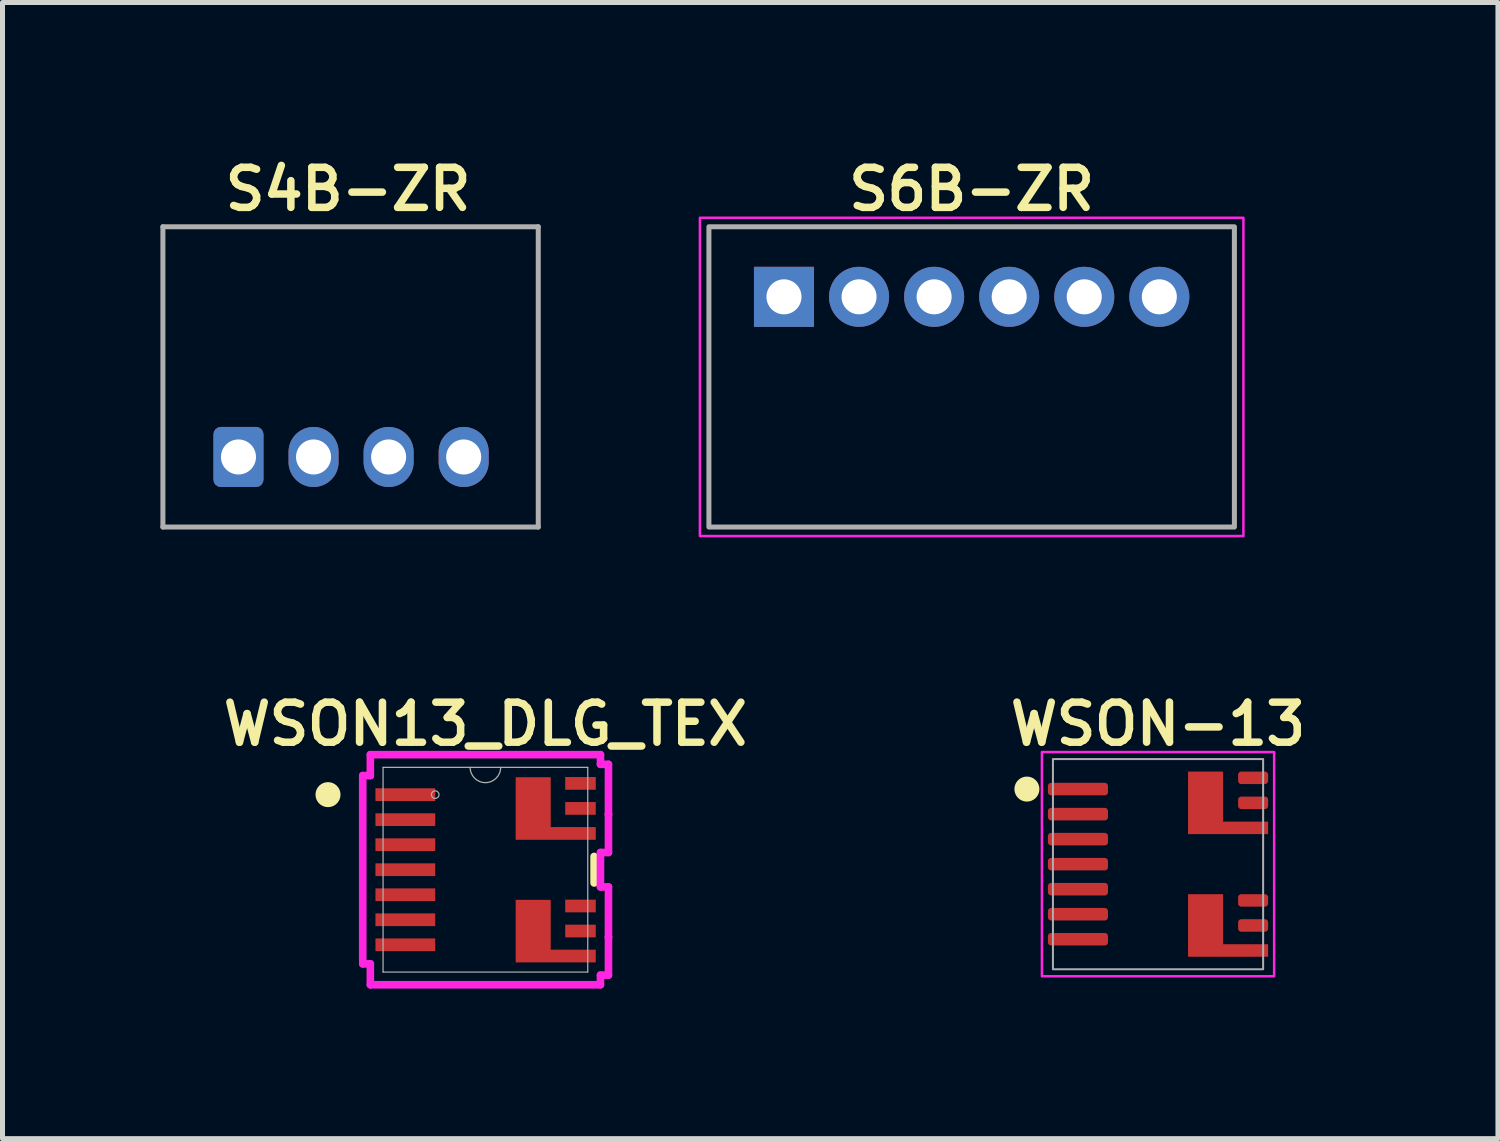
<source format=kicad_pcb>
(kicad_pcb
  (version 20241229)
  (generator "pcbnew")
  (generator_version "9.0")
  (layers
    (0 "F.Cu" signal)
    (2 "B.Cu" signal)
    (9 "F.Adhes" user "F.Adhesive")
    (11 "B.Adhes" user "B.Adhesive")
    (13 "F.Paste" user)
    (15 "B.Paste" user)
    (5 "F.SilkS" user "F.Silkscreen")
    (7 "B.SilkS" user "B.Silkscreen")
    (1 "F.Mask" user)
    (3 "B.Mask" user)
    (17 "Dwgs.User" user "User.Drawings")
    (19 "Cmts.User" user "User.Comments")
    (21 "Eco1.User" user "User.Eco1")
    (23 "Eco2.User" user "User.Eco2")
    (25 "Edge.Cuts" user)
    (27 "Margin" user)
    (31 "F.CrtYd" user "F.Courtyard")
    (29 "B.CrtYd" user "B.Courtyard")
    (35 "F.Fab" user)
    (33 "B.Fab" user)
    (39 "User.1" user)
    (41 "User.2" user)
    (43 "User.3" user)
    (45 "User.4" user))
  (footprint "WSON-13"
    (layer "F.Cu")
    (at 20.089 14.217)
    (property "Reference" "WSON-13" (at 0 -2.8 0) (unlocked yes) (layer "F.SilkS") (effects (font (size 0.8 0.8) (thickness 0.15))))
    (attr smd)
    (fp_circle (center -2.62 -1.5) (end -2.37 -1.5) (stroke (width 0) (type solid)) (fill yes) (layer "F.SilkS"))
    (fp_rect (start -2.32 -2.24) (end 2.32 2.24) (stroke (width 0.05) (type default)) (fill no) (layer "F.CrtYd"))
    (fp_rect (start -2.1 -2.1) (end 2.1 2.1) (stroke (width 0.04) (type default)) (fill no) (layer "F.Fab"))
    (fp_text user "${REFERENCE}" (at 0 0 0) (unlocked yes) (layer "User.8") (effects (font (size 1 1) (thickness 0.15))))
    (pad "" smd roundrect (at 0.95 -1.58) (size 0.7 0.525) (layers "F.Paste") (roundrect_rratio 0.25))
    (pad "" smd roundrect (at 0.95 -0.87) (size 0.7 0.525) (layers "F.Paste") (roundrect_rratio 0.25))
    (pad "" smd roundrect (at 0.95 0.87) (size 0.7 0.525) (layers "F.Paste") (roundrect_rratio 0.25))
    (pad "" smd roundrect (at 0.95 1.58) (size 0.7 0.525) (layers "F.Paste") (roundrect_rratio 0.25))
    (pad "" smd roundrect (at 1.9 -0.725) (size 0.6 0.25) (layers "F.Paste") (roundrect_rratio 0.25))
    (pad "" smd roundrect (at 1.9 1.725) (size 0.6 0.25) (layers "F.Paste") (roundrect_rratio 0.25))
    (pad "1" smd roundrect (at -1.6 -1.5) (size 1.2 0.25) (layers "F.Cu" "F.Mask" "F.Paste") (roundrect_rratio 0.25))
    (pad "2" smd roundrect (at -1.6 -1) (size 1.2 0.25) (layers "F.Cu" "F.Mask" "F.Paste") (roundrect_rratio 0.25))
    (pad "3" smd roundrect (at -1.6 -0.5) (size 1.2 0.25) (layers "F.Cu" "F.Mask" "F.Paste") (roundrect_rratio 0.25))
    (pad "4" smd roundrect (at -1.6 0) (size 1.2 0.25) (layers "F.Cu" "F.Mask" "F.Paste") (roundrect_rratio 0.25))
    (pad "5" smd roundrect (at -1.6 0.5) (size 1.2 0.25) (layers "F.Cu" "F.Mask" "F.Paste") (roundrect_rratio 0.25))
    (pad "6" smd roundrect (at -1.6 1) (size 1.2 0.25) (layers "F.Cu" "F.Mask" "F.Paste") (roundrect_rratio 0.25))
    (pad "7" smd roundrect (at -1.6 1.5) (size 1.2 0.25) (layers "F.Cu" "F.Mask" "F.Paste") (roundrect_rratio 0.25))
    (pad "8" smd custom (at 1.69 1.69) (size 0.127 0.127) (layers "F.Cu" "F.Mask") (options (anchor rect)) (primitives (gr_poly (pts (xy -1.09 -1.09) (xy -0.39 -1.09) (xy -0.39 -0.09) (xy 0.51 -0.09) (xy 0.51 0.16) (xy -1.09 0.16)) (width 0) (fill yes))))
    (pad "9" smd roundrect (at 1.9 1.225) (size 0.6 0.25) (layers "F.Cu" "F.Mask" "F.Paste") (roundrect_rratio 0.25))
    (pad "10" smd roundrect (at 1.9 0.725) (size 0.6 0.25) (layers "F.Cu" "F.Mask" "F.Paste") (roundrect_rratio 0.25))
    (pad "11" smd custom (at 1.91 -0.72) (size 0.127 0.127) (layers "F.Cu" "F.Mask") (options (anchor circle)) (primitives (gr_poly (pts (xy -1.31 -1.13) (xy -0.61 -1.13) (xy -0.61 -0.13) (xy 0.29 -0.13) (xy 0.29 0.12) (xy -1.31 0.12)) (width 0) (fill yes))))
    (pad "12" smd roundrect (at 1.9 -1.225) (size 0.6 0.25) (layers "F.Cu" "F.Mask" "F.Paste") (roundrect_rratio 0.25))
    (pad "13" smd roundrect (at 1.9 -1.725) (size 0.6 0.25) (layers "F.Cu" "F.Mask" "F.Paste") (roundrect_rratio 0.25)))
  (footprint "S6B-ZR"
    (layer "F.Cu")
    (at 16.365 4.481)
    (property "Reference" "S6B-ZR" (at 0 -3.75 0) (unlocked yes) (layer "F.SilkS") (effects (font (size 0.8 0.8) (thickness 0.15) (bold yes))))
    (attr smd)
    (fp_rect (start -5.43 -3.18) (end 5.43 3.18) (stroke (width 0.05) (type default)) (fill no) (layer "F.CrtYd"))
    (fp_rect (start -5.25 -3) (end 5.25 3) (stroke (width 0.1) (type default)) (fill no) (layer "F.Fab"))
    (fp_text user "${REFERENCE}" (at 0 0 0) (unlocked yes) (layer "User.8") (effects (font (size 1 1) (thickness 0.15))))
    (pad "1" thru_hole rect (at -3.75 -1.6) (size 1.2 1.2) (drill 0.7) (layers "*.Cu" "*.Mask"))
    (pad "2" thru_hole circle (at -2.25 -1.6) (size 1.2 1.2) (drill 0.7) (layers "*.Cu" "*.Mask"))
    (pad "3" thru_hole circle (at -0.75 -1.6) (size 1.2 1.2) (drill 0.7) (layers "*.Cu" "*.Mask"))
    (pad "4" thru_hole circle (at 0.75 -1.6) (size 1.2 1.2) (drill 0.7) (layers "*.Cu" "*.Mask"))
    (pad "5" thru_hole circle (at 2.25 -1.6) (size 1.2 1.2) (drill 0.7) (layers "*.Cu" "*.Mask"))
    (pad "6" thru_hole circle (at 3.75 -1.6 180) (size 1.2 1.2) (drill 0.7) (layers "*.Cu" "*.Mask")))
  (footprint "WSON13_DLG_TEX"
    (layer "F.Cu")
    (at 6.649 14.328)
    (property "Reference" "WSON13_DLG_TEX" (at 0 -2.91 0) (unlocked yes) (layer "F.SilkS") (effects (font (size 0.8 0.8) (thickness 0.15))))
    (attr smd)
    (fp_poly (pts (xy 1.305 -1.848) (xy 0.605 -1.848) (xy 0.605 -0.598) (xy 2.205 -0.598) (xy 2.205 -0.852) (xy 1.305 -0.852)) (stroke (width 0) (type solid)) (fill yes) (layer "F.Cu"))
    (fp_poly (pts (xy 2.205 1.598) (xy 1.305 1.598) (xy 1.305 0.602) (xy 0.605 0.602) (xy 0.605 1.852) (xy 2.205 1.852)) (stroke (width 0) (type solid)) (fill yes) (layer "F.Cu"))
    (fp_poly (pts (xy 1.305 -1.848) (xy 0.605 -1.848) (xy 0.605 -0.598) (xy 2.205 -0.598) (xy 2.205 -0.852) (xy 1.305 -0.852)) (stroke (width 0) (type solid)) (fill yes) (layer "F.Mask"))
    (fp_poly (pts (xy 2.205 1.598) (xy 1.305 1.598) (xy 1.305 0.602) (xy 0.605 0.602) (xy 0.605 1.852) (xy 2.205 1.852)) (stroke (width 0) (type solid)) (fill yes) (layer "F.Mask"))
    (fp_line (start 2.172 -0.265) (end 2.172 0.265) (stroke (width 0.152) (type solid)) (layer "F.SilkS"))
    (fp_circle (center -3.145 -1.5) (end -2.895 -1.5) (stroke (width 0) (type solid)) (fill yes) (layer "F.SilkS"))
    (fp_poly (pts (xy 1.305 -1.848) (xy 0.605 -1.848) (xy 0.605 -0.598) (xy 2.205 -0.598) (xy 2.205 -0.852) (xy 1.305 -0.852)) (stroke (width 0) (type solid)) (fill yes) (layer "F.Paste"))
    (fp_poly (pts (xy 2.205 1.598) (xy 1.305 1.598) (xy 1.305 0.602) (xy 0.605 0.602) (xy 0.605 1.852) (xy 2.205 1.852)) (stroke (width 0) (type solid)) (fill yes) (layer "F.Paste"))
    (fp_line (start -2.451 -1.881) (end -2.451 1.881) (stroke (width 0.152) (type solid)) (layer "F.CrtYd"))
    (fp_line (start -2.451 1.881) (end -2.299 1.881) (stroke (width 0.152) (type solid)) (layer "F.CrtYd"))
    (fp_line (start -2.299 -2.299) (end -2.299 -1.881) (stroke (width 0.152) (type solid)) (layer "F.CrtYd"))
    (fp_line (start -2.299 -1.881) (end -2.451 -1.881) (stroke (width 0.152) (type solid)) (layer "F.CrtYd"))
    (fp_line (start -2.299 1.881) (end -2.299 2.299) (stroke (width 0.152) (type solid)) (layer "F.CrtYd"))
    (fp_line (start -2.299 2.299) (end 2.299 2.299) (stroke (width 0.152) (type solid)) (layer "F.CrtYd"))
    (fp_line (start 2.299 -2.299) (end -2.299 -2.299) (stroke (width 0.152) (type solid)) (layer "F.CrtYd"))
    (fp_line (start 2.299 -2.106) (end 2.299 -2.299) (stroke (width 0.152) (type solid)) (layer "F.CrtYd"))
    (fp_line (start 2.299 -0.344) (end 2.459 -0.344) (stroke (width 0.152) (type solid)) (layer "F.CrtYd"))
    (fp_line (start 2.299 0.344) (end 2.299 -0.344) (stroke (width 0.152) (type solid)) (layer "F.CrtYd"))
    (fp_line (start 2.299 2.106) (end 2.459 2.106) (stroke (width 0.152) (type solid)) (layer "F.CrtYd"))
    (fp_line (start 2.299 2.299) (end 2.299 2.106) (stroke (width 0.152) (type solid)) (layer "F.CrtYd"))
    (fp_line (start 2.459 -2.106) (end 2.299 -2.106) (stroke (width 0.152) (type solid)) (layer "F.CrtYd"))
    (fp_line (start 2.459 -1.106) (end 2.459 -2.106) (stroke (width 0.152) (type solid)) (layer "F.CrtYd"))
    (fp_line (start 2.459 0.344) (end 2.299 0.344) (stroke (width 0.152) (type solid)) (layer "F.CrtYd"))
    (fp_line (start 2.459 1.344) (end 2.459 0.344) (stroke (width 0.152) (type solid)) (layer "F.CrtYd"))
    (fp_line (start 2.459 -1.106) (end 2.459 -1.106) (stroke (width 0.152) (type solid)) (layer "F.CrtYd"))
    (fp_line (start 2.459 -0.344) (end 2.459 -1.106) (stroke (width 0.152) (type solid)) (layer "F.CrtYd"))
    (fp_line (start 2.459 1.344) (end 2.459 1.344) (stroke (width 0.152) (type solid)) (layer "F.CrtYd"))
    (fp_line (start 2.459 2.106) (end 2.459 1.344) (stroke (width 0.152) (type solid)) (layer "F.CrtYd"))
    (fp_line (start -2.045 -2.045) (end -2.045 2.045) (stroke (width 0.025) (type solid)) (layer "F.Fab"))
    (fp_line (start -2.045 2.045) (end 2.045 2.045) (stroke (width 0.025) (type solid)) (layer "F.Fab"))
    (fp_line (start 2.045 -2.045) (end -2.045 -2.045) (stroke (width 0.025) (type solid)) (layer "F.Fab"))
    (fp_line (start 2.045 2.045) (end 2.045 -2.045) (stroke (width 0.025) (type solid)) (layer "F.Fab"))
    (fp_arc (start 0.3048 -2.0447) (mid 0 -1.7399) (end -0.3048 -2.0447) (stroke (width 0.0254) (type solid)) (layer "F.Fab"))
    (fp_circle (center -1.003 -1.5) (end -0.927 -1.5) (stroke (width 0.025) (type solid)) (fill no) (layer "F.Fab"))
    (fp_text user "${REFERENCE}" (at 0 0 0) (unlocked yes) (layer "User.8") (effects (font (size 1 1) (thickness 0.15))))
    (pad "1" smd rect (at -1.6 -1.5) (size 1.194 0.254) (layers "F.Cu" "F.Mask" "F.Paste"))
    (pad "2" smd rect (at -1.6 -1) (size 1.194 0.254) (layers "F.Cu" "F.Mask" "F.Paste"))
    (pad "3" smd rect (at -1.6 -0.5) (size 1.194 0.254) (layers "F.Cu" "F.Mask" "F.Paste"))
    (pad "4" smd rect (at -1.6 0) (size 1.194 0.254) (layers "F.Cu" "F.Mask" "F.Paste"))
    (pad "5" smd rect (at -1.6 0.5) (size 1.194 0.254) (layers "F.Cu" "F.Mask" "F.Paste"))
    (pad "6" smd rect (at -1.6 1) (size 1.194 0.254) (layers "F.Cu" "F.Mask" "F.Paste"))
    (pad "7" smd rect (at -1.6 1.5) (size 1.194 0.254) (layers "F.Cu" "F.Mask" "F.Paste"))
    (pad "8" smd rect (at 1.755 1.725) (size 0.127 0.127) (layers "F.Cu" "F.Mask" "F.Paste"))
    (pad "9" smd rect (at 1.9 1.225) (size 0.61 0.254) (layers "F.Cu" "F.Mask" "F.Paste"))
    (pad "10" smd rect (at 1.9 0.725) (size 0.61 0.254) (layers "F.Cu" "F.Mask" "F.Paste"))
    (pad "11" smd rect (at 1.755 -0.725) (size 0.127 0.127) (layers "F.Cu" "F.Mask" "F.Paste"))
    (pad "12" smd rect (at 1.9 -1.225) (size 0.61 0.254) (layers "F.Cu" "F.Mask" "F.Paste"))
    (pad "13" smd rect (at 1.9 -1.725) (size 0.61 0.254) (layers "F.Cu" "F.Mask" "F.Paste")))
  (footprint "S4B-ZR"
    (layer "F.Cu")
    (at 3.905 4.411)
    (property "Reference" "S4B-ZR" (at 0 -3.68 0) (unlocked yes) (layer "F.SilkS") (effects (font (size 0.8 0.8) (thickness 0.15) (bold yes))))
    (attr smd)
    (fp_rect (start -3.88 -3.11) (end 3.98 3.25) (stroke (width 0.05) (type default)) (fill no) (layer "Margin"))
    (fp_line (start -3.7 -2.93) (end -3.7 3.07) (stroke (width 0.1) (type solid)) (layer "F.Fab"))
    (fp_line (start -3.7 -2.93) (end 3.8 -2.93) (stroke (width 0.1) (type solid)) (layer "F.Fab"))
    (fp_line (start -3.7 3.07) (end 3.8 3.07) (stroke (width 0.1) (type solid)) (layer "F.Fab"))
    (fp_line (start 3.8 -2.93) (end 3.8 3.07) (stroke (width 0.1) (type solid)) (layer "F.Fab"))
    (fp_text user "${REFERENCE}" (at 0 0 0) (unlocked yes) (layer "User.8") (effects (font (size 1 1) (thickness 0.15))))
    (pad "1" thru_hole roundrect (at -2.19 1.67 180) (size 1 1.2) (drill 0.7) (layers "*.Cu" "*.Mask") (roundrect_rratio 0.147))
    (pad "2" thru_hole oval (at -0.69 1.67) (size 1 1.2) (drill 0.7) (layers "*.Cu" "*.Mask"))
    (pad "3" thru_hole oval (at 0.81 1.67) (size 1 1.2) (drill 0.7) (layers "*.Cu" "*.Mask"))
    (pad "4" thru_hole oval (at 2.31 1.67) (size 1 1.2) (drill 0.7) (layers "*.Cu" "*.Mask")))
  (gr_rect
    (start -3 -3)
    (end 26.881 19.702)
    (stroke (width 0.1) (type default))
    (fill no)
    (layer "Edge.Cuts")))
</source>
